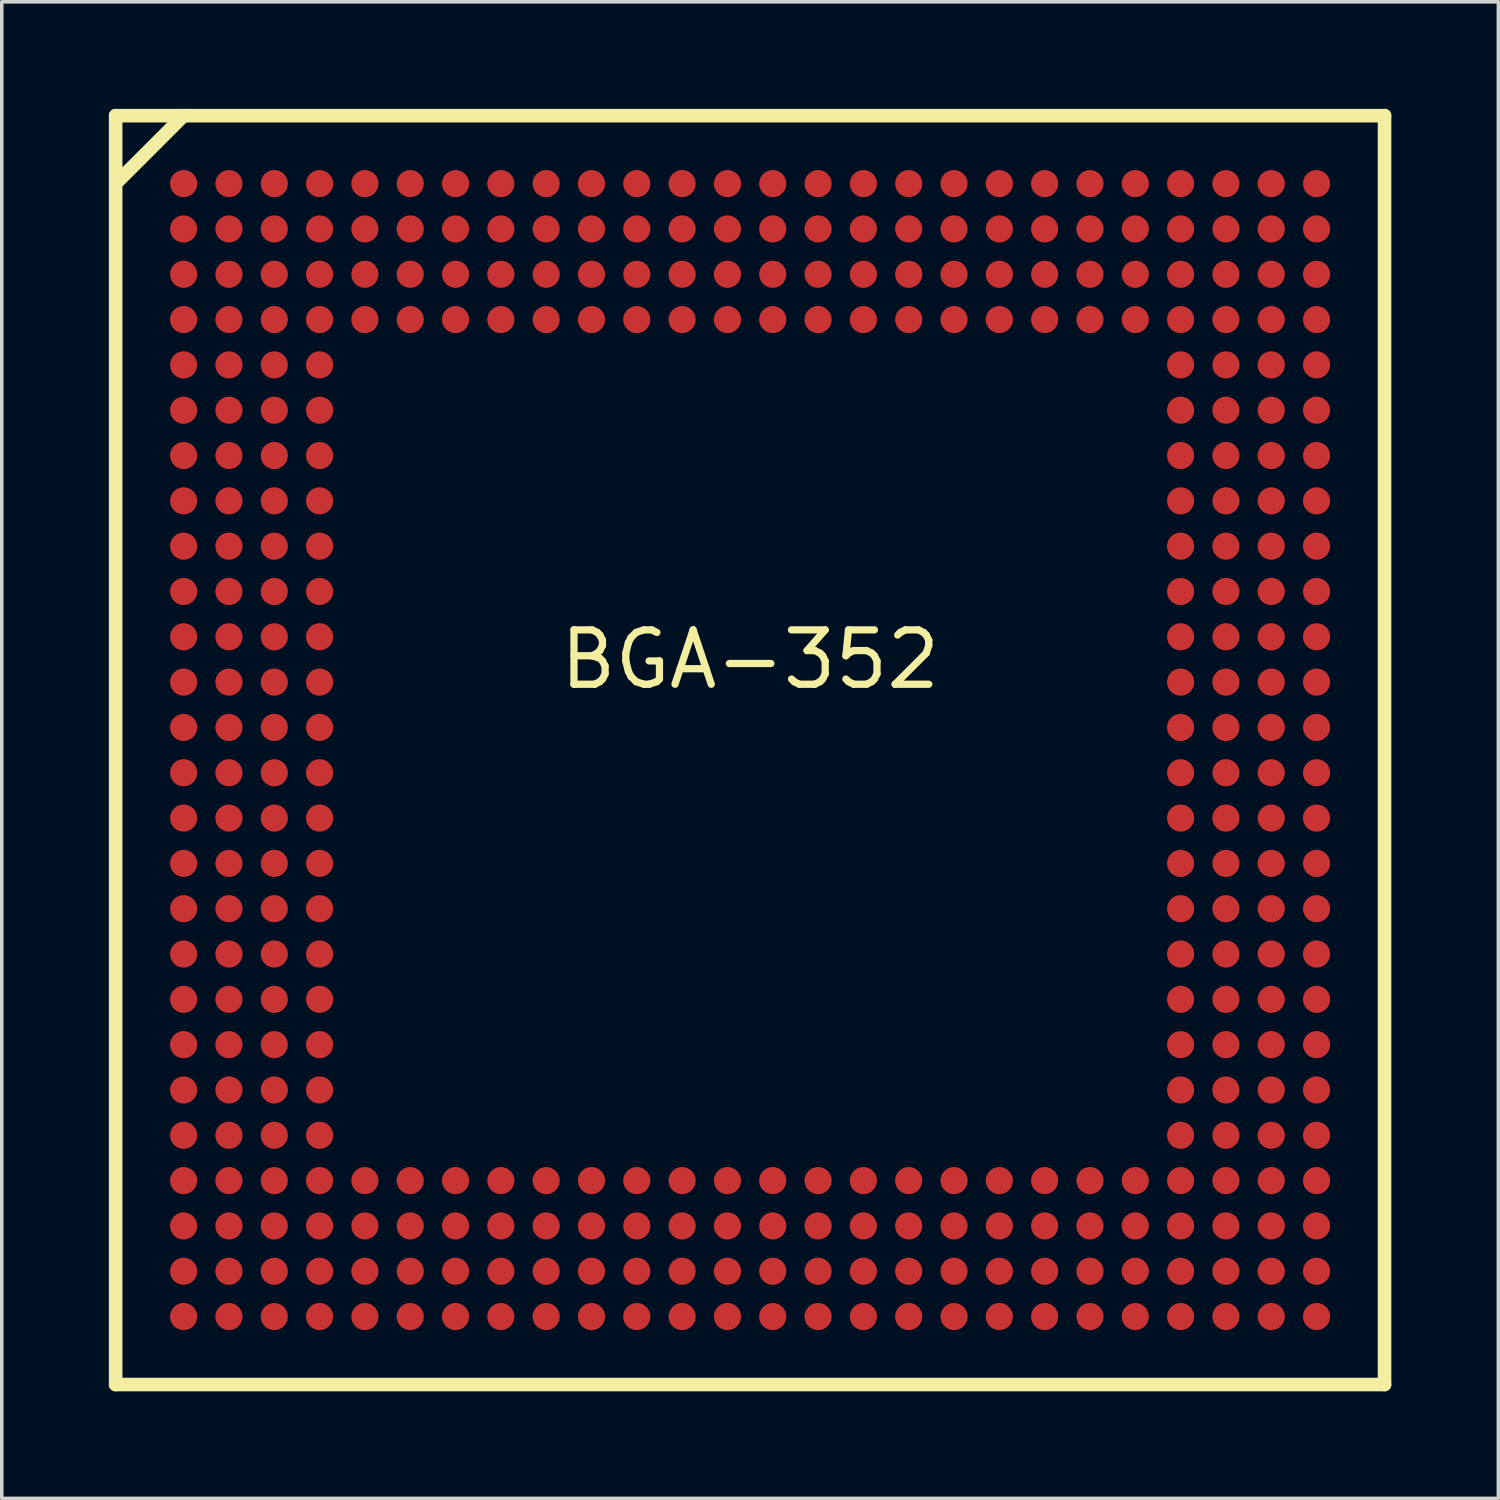
<source format=kicad_pcb>
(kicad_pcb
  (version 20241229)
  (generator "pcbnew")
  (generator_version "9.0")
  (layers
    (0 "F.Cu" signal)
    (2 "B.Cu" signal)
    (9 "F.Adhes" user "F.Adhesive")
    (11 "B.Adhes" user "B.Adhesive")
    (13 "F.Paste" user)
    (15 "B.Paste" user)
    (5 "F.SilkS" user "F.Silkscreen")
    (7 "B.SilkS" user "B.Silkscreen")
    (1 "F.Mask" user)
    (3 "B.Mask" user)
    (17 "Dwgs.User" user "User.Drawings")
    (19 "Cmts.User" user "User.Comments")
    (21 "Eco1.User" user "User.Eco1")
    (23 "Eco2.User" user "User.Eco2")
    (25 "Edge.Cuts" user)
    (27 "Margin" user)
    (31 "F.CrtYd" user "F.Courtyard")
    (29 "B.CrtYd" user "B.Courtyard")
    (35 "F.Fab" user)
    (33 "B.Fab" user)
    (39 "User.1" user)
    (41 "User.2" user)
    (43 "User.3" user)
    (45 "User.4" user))
  (footprint "BGA-352"
    (layer "F.Cu")
    (at 17.971 17.971)
    (property "Reference" "BGA-352" (at 0 -2.54 0) (layer "F.SilkS") (effects (font (size 1.524 1.524) (thickness 0.203))))
    (attr smd)
    (fp_line (start -17.78 -17.78) (end 17.78 -17.78) (stroke (width 0.381) (type solid)) (layer "F.SilkS"))
    (fp_line (start -17.78 -15.875) (end -15.875 -17.78) (stroke (width 0.381) (type solid)) (layer "F.SilkS"))
    (fp_line (start -17.78 17.78) (end -17.78 -17.78) (stroke (width 0.381) (type solid)) (layer "F.SilkS"))
    (fp_line (start 17.78 -17.78) (end 17.78 17.78) (stroke (width 0.381) (type solid)) (layer "F.SilkS"))
    (fp_line (start 17.78 17.78) (end -17.78 17.78) (stroke (width 0.381) (type solid)) (layer "F.SilkS"))
    (pad "A1" smd circle (at -15.875 -15.875) (size 0.762 0.762) (layers "F.Cu" "F.Mask" "F.Paste"))
    (pad "A2" smd circle (at -14.605 -15.875) (size 0.762 0.762) (layers "F.Cu" "F.Mask" "F.Paste"))
    (pad "A3" smd circle (at -13.335 -15.875) (size 0.762 0.762) (layers "F.Cu" "F.Mask" "F.Paste"))
    (pad "A4" smd circle (at -12.065 -15.875) (size 0.762 0.762) (layers "F.Cu" "F.Mask" "F.Paste"))
    (pad "A5" smd circle (at -10.795 -15.875) (size 0.762 0.762) (layers "F.Cu" "F.Mask" "F.Paste"))
    (pad "A6" smd circle (at -9.525 -15.875) (size 0.762 0.762) (layers "F.Cu" "F.Mask" "F.Paste"))
    (pad "A7" smd circle (at -8.255 -15.875) (size 0.762 0.762) (layers "F.Cu" "F.Mask" "F.Paste"))
    (pad "A8" smd circle (at -6.985 -15.875) (size 0.762 0.762) (layers "F.Cu" "F.Mask" "F.Paste"))
    (pad "A9" smd circle (at -5.715 -15.875) (size 0.762 0.762) (layers "F.Cu" "F.Mask" "F.Paste"))
    (pad "A10" smd circle (at -4.445 -15.875) (size 0.762 0.762) (layers "F.Cu" "F.Mask" "F.Paste"))
    (pad "A11" smd circle (at -3.175 -15.875) (size 0.762 0.762) (layers "F.Cu" "F.Mask" "F.Paste"))
    (pad "A12" smd circle (at -1.905 -15.875) (size 0.762 0.762) (layers "F.Cu" "F.Mask" "F.Paste"))
    (pad "A13" smd circle (at -0.635 -15.875) (size 0.762 0.762) (layers "F.Cu" "F.Mask" "F.Paste"))
    (pad "A14" smd circle (at 0.635 -15.875) (size 0.762 0.762) (layers "F.Cu" "F.Mask" "F.Paste"))
    (pad "A15" smd circle (at 1.905 -15.875) (size 0.762 0.762) (layers "F.Cu" "F.Mask" "F.Paste"))
    (pad "A16" smd circle (at 3.175 -15.875) (size 0.762 0.762) (layers "F.Cu" "F.Mask" "F.Paste"))
    (pad "A17" smd circle (at 4.445 -15.875) (size 0.762 0.762) (layers "F.Cu" "F.Mask" "F.Paste"))
    (pad "A18" smd circle (at 5.715 -15.875) (size 0.762 0.762) (layers "F.Cu" "F.Mask" "F.Paste"))
    (pad "A19" smd circle (at 6.985 -15.875) (size 0.762 0.762) (layers "F.Cu" "F.Mask" "F.Paste"))
    (pad "A20" smd circle (at 8.255 -15.875) (size 0.762 0.762) (layers "F.Cu" "F.Mask" "F.Paste"))
    (pad "A21" smd circle (at 9.525 -15.875) (size 0.762 0.762) (layers "F.Cu" "F.Mask" "F.Paste"))
    (pad "A22" smd circle (at 10.795 -15.875) (size 0.762 0.762) (layers "F.Cu" "F.Mask" "F.Paste"))
    (pad "A23" smd circle (at 12.065 -15.875) (size 0.762 0.762) (layers "F.Cu" "F.Mask" "F.Paste"))
    (pad "A24" smd circle (at 13.335 -15.875) (size 0.762 0.762) (layers "F.Cu" "F.Mask" "F.Paste"))
    (pad "A25" smd circle (at 14.605 -15.875) (size 0.762 0.762) (layers "F.Cu" "F.Mask" "F.Paste"))
    (pad "A26" smd circle (at 15.875 -15.875) (size 0.762 0.762) (layers "F.Cu" "F.Mask" "F.Paste"))
    (pad "AA1" smd circle (at -15.875 9.525) (size 0.762 0.762) (layers "F.Cu" "F.Mask" "F.Paste"))
    (pad "AA2" smd circle (at -14.605 9.525) (size 0.762 0.762) (layers "F.Cu" "F.Mask" "F.Paste"))
    (pad "AA3" smd circle (at -13.335 9.525) (size 0.762 0.762) (layers "F.Cu" "F.Mask" "F.Paste"))
    (pad "AA4" smd circle (at -12.065 9.525) (size 0.762 0.762) (layers "F.Cu" "F.Mask" "F.Paste"))
    (pad "AA23" smd circle (at 12.065 9.525) (size 0.762 0.762) (layers "F.Cu" "F.Mask" "F.Paste"))
    (pad "AA24" smd circle (at 13.335 9.525) (size 0.762 0.762) (layers "F.Cu" "F.Mask" "F.Paste"))
    (pad "AA25" smd circle (at 14.605 9.525) (size 0.762 0.762) (layers "F.Cu" "F.Mask" "F.Paste"))
    (pad "AA26" smd circle (at 15.875 9.525) (size 0.762 0.762) (layers "F.Cu" "F.Mask" "F.Paste"))
    (pad "AB1" smd circle (at -15.875 10.795) (size 0.762 0.762) (layers "F.Cu" "F.Mask" "F.Paste"))
    (pad "AB2" smd circle (at -14.605 10.795) (size 0.762 0.762) (layers "F.Cu" "F.Mask" "F.Paste"))
    (pad "AB3" smd circle (at -13.335 10.795) (size 0.762 0.762) (layers "F.Cu" "F.Mask" "F.Paste"))
    (pad "AB4" smd circle (at -12.065 10.795) (size 0.762 0.762) (layers "F.Cu" "F.Mask" "F.Paste"))
    (pad "AB23" smd circle (at 12.065 10.795) (size 0.762 0.762) (layers "F.Cu" "F.Mask" "F.Paste"))
    (pad "AB24" smd circle (at 13.335 10.795) (size 0.762 0.762) (layers "F.Cu" "F.Mask" "F.Paste"))
    (pad "AB25" smd circle (at 14.605 10.795) (size 0.762 0.762) (layers "F.Cu" "F.Mask" "F.Paste"))
    (pad "AB26" smd circle (at 15.875 10.795) (size 0.762 0.762) (layers "F.Cu" "F.Mask" "F.Paste"))
    (pad "AC1" smd circle (at -15.875 12.065) (size 0.762 0.762) (layers "F.Cu" "F.Mask" "F.Paste"))
    (pad "AC2" smd circle (at -14.605 12.065) (size 0.762 0.762) (layers "F.Cu" "F.Mask" "F.Paste"))
    (pad "AC3" smd circle (at -13.335 12.065) (size 0.762 0.762) (layers "F.Cu" "F.Mask" "F.Paste"))
    (pad "AC4" smd circle (at -12.065 12.065) (size 0.762 0.762) (layers "F.Cu" "F.Mask" "F.Paste"))
    (pad "AC5" smd circle (at -10.795 12.065) (size 0.762 0.762) (layers "F.Cu" "F.Mask" "F.Paste"))
    (pad "AC6" smd circle (at -9.525 12.065) (size 0.762 0.762) (layers "F.Cu" "F.Mask" "F.Paste"))
    (pad "AC7" smd circle (at -8.255 12.065) (size 0.762 0.762) (layers "F.Cu" "F.Mask" "F.Paste"))
    (pad "AC8" smd circle (at -6.985 12.065) (size 0.762 0.762) (layers "F.Cu" "F.Mask" "F.Paste"))
    (pad "AC9" smd circle (at -5.715 12.065) (size 0.762 0.762) (layers "F.Cu" "F.Mask" "F.Paste"))
    (pad "AC10" smd circle (at -4.445 12.065) (size 0.762 0.762) (layers "F.Cu" "F.Mask" "F.Paste"))
    (pad "AC11" smd circle (at -3.175 12.065) (size 0.762 0.762) (layers "F.Cu" "F.Mask" "F.Paste"))
    (pad "AC12" smd circle (at -1.905 12.065) (size 0.762 0.762) (layers "F.Cu" "F.Mask" "F.Paste"))
    (pad "AC13" smd circle (at -0.635 12.065) (size 0.762 0.762) (layers "F.Cu" "F.Mask" "F.Paste"))
    (pad "AC14" smd circle (at 0.635 12.065) (size 0.762 0.762) (layers "F.Cu" "F.Mask" "F.Paste"))
    (pad "AC15" smd circle (at 1.905 12.065) (size 0.762 0.762) (layers "F.Cu" "F.Mask" "F.Paste"))
    (pad "AC16" smd circle (at 3.175 12.065) (size 0.762 0.762) (layers "F.Cu" "F.Mask" "F.Paste"))
    (pad "AC17" smd circle (at 4.445 12.065) (size 0.762 0.762) (layers "F.Cu" "F.Mask" "F.Paste"))
    (pad "AC18" smd circle (at 5.715 12.065) (size 0.762 0.762) (layers "F.Cu" "F.Mask" "F.Paste"))
    (pad "AC19" smd circle (at 6.985 12.065) (size 0.762 0.762) (layers "F.Cu" "F.Mask" "F.Paste"))
    (pad "AC20" smd circle (at 8.255 12.065) (size 0.762 0.762) (layers "F.Cu" "F.Mask" "F.Paste"))
    (pad "AC21" smd circle (at 9.525 12.065) (size 0.762 0.762) (layers "F.Cu" "F.Mask" "F.Paste"))
    (pad "AC22" smd circle (at 10.795 12.065) (size 0.762 0.762) (layers "F.Cu" "F.Mask" "F.Paste"))
    (pad "AC23" smd circle (at 12.065 12.065) (size 0.762 0.762) (layers "F.Cu" "F.Mask" "F.Paste"))
    (pad "AC24" smd circle (at 13.335 12.065) (size 0.762 0.762) (layers "F.Cu" "F.Mask" "F.Paste"))
    (pad "AC25" smd circle (at 14.605 12.065) (size 0.762 0.762) (layers "F.Cu" "F.Mask" "F.Paste"))
    (pad "AC26" smd circle (at 15.875 12.065) (size 0.762 0.762) (layers "F.Cu" "F.Mask" "F.Paste"))
    (pad "AD1" smd circle (at -15.875 13.335) (size 0.762 0.762) (layers "F.Cu" "F.Mask" "F.Paste"))
    (pad "AD2" smd circle (at -14.605 13.335) (size 0.762 0.762) (layers "F.Cu" "F.Mask" "F.Paste"))
    (pad "AD3" smd circle (at -13.335 13.335) (size 0.762 0.762) (layers "F.Cu" "F.Mask" "F.Paste"))
    (pad "AD4" smd circle (at -12.065 13.335) (size 0.762 0.762) (layers "F.Cu" "F.Mask" "F.Paste"))
    (pad "AD5" smd circle (at -10.795 13.335) (size 0.762 0.762) (layers "F.Cu" "F.Mask" "F.Paste"))
    (pad "AD6" smd circle (at -9.525 13.335) (size 0.762 0.762) (layers "F.Cu" "F.Mask" "F.Paste"))
    (pad "AD7" smd circle (at -8.255 13.335) (size 0.762 0.762) (layers "F.Cu" "F.Mask" "F.Paste"))
    (pad "AD8" smd circle (at -6.985 13.335) (size 0.762 0.762) (layers "F.Cu" "F.Mask" "F.Paste"))
    (pad "AD9" smd circle (at -5.715 13.335) (size 0.762 0.762) (layers "F.Cu" "F.Mask" "F.Paste"))
    (pad "AD10" smd circle (at -4.445 13.335) (size 0.762 0.762) (layers "F.Cu" "F.Mask" "F.Paste"))
    (pad "AD11" smd circle (at -3.175 13.335) (size 0.762 0.762) (layers "F.Cu" "F.Mask" "F.Paste"))
    (pad "AD12" smd circle (at -1.905 13.335) (size 0.762 0.762) (layers "F.Cu" "F.Mask" "F.Paste"))
    (pad "AD13" smd circle (at -0.635 13.335) (size 0.762 0.762) (layers "F.Cu" "F.Mask" "F.Paste"))
    (pad "AD14" smd circle (at 0.635 13.335) (size 0.762 0.762) (layers "F.Cu" "F.Mask" "F.Paste"))
    (pad "AD15" smd circle (at 1.905 13.335) (size 0.762 0.762) (layers "F.Cu" "F.Mask" "F.Paste"))
    (pad "AD16" smd circle (at 3.175 13.335) (size 0.762 0.762) (layers "F.Cu" "F.Mask" "F.Paste"))
    (pad "AD17" smd circle (at 4.445 13.335) (size 0.762 0.762) (layers "F.Cu" "F.Mask" "F.Paste"))
    (pad "AD18" smd circle (at 5.715 13.335) (size 0.762 0.762) (layers "F.Cu" "F.Mask" "F.Paste"))
    (pad "AD19" smd circle (at 6.985 13.335) (size 0.762 0.762) (layers "F.Cu" "F.Mask" "F.Paste"))
    (pad "AD20" smd circle (at 8.255 13.335) (size 0.762 0.762) (layers "F.Cu" "F.Mask" "F.Paste"))
    (pad "AD21" smd circle (at 9.525 13.335) (size 0.762 0.762) (layers "F.Cu" "F.Mask" "F.Paste"))
    (pad "AD22" smd circle (at 10.795 13.335) (size 0.762 0.762) (layers "F.Cu" "F.Mask" "F.Paste"))
    (pad "AD23" smd circle (at 12.065 13.335) (size 0.762 0.762) (layers "F.Cu" "F.Mask" "F.Paste"))
    (pad "AD24" smd circle (at 13.335 13.335) (size 0.762 0.762) (layers "F.Cu" "F.Mask" "F.Paste"))
    (pad "AD25" smd circle (at 14.605 13.335) (size 0.762 0.762) (layers "F.Cu" "F.Mask" "F.Paste"))
    (pad "AD26" smd circle (at 15.875 13.335) (size 0.762 0.762) (layers "F.Cu" "F.Mask" "F.Paste"))
    (pad "AE1" smd circle (at -15.875 14.605) (size 0.762 0.762) (layers "F.Cu" "F.Mask" "F.Paste"))
    (pad "AE2" smd circle (at -14.605 14.605) (size 0.762 0.762) (layers "F.Cu" "F.Mask" "F.Paste"))
    (pad "AE3" smd circle (at -13.335 14.605) (size 0.762 0.762) (layers "F.Cu" "F.Mask" "F.Paste"))
    (pad "AE4" smd circle (at -12.065 14.605) (size 0.762 0.762) (layers "F.Cu" "F.Mask" "F.Paste"))
    (pad "AE5" smd circle (at -10.795 14.605) (size 0.762 0.762) (layers "F.Cu" "F.Mask" "F.Paste"))
    (pad "AE6" smd circle (at -9.525 14.605) (size 0.762 0.762) (layers "F.Cu" "F.Mask" "F.Paste"))
    (pad "AE7" smd circle (at -8.255 14.605) (size 0.762 0.762) (layers "F.Cu" "F.Mask" "F.Paste"))
    (pad "AE8" smd circle (at -6.985 14.605) (size 0.762 0.762) (layers "F.Cu" "F.Mask" "F.Paste"))
    (pad "AE9" smd circle (at -5.715 14.605) (size 0.762 0.762) (layers "F.Cu" "F.Mask" "F.Paste"))
    (pad "AE10" smd circle (at -4.445 14.605) (size 0.762 0.762) (layers "F.Cu" "F.Mask" "F.Paste"))
    (pad "AE11" smd circle (at -3.175 14.605) (size 0.762 0.762) (layers "F.Cu" "F.Mask" "F.Paste"))
    (pad "AE12" smd circle (at -1.905 14.605) (size 0.762 0.762) (layers "F.Cu" "F.Mask" "F.Paste"))
    (pad "AE13" smd circle (at -0.635 14.605) (size 0.762 0.762) (layers "F.Cu" "F.Mask" "F.Paste"))
    (pad "AE14" smd circle (at 0.635 14.605) (size 0.762 0.762) (layers "F.Cu" "F.Mask" "F.Paste"))
    (pad "AE15" smd circle (at 1.905 14.605) (size 0.762 0.762) (layers "F.Cu" "F.Mask" "F.Paste"))
    (pad "AE16" smd circle (at 3.175 14.605) (size 0.762 0.762) (layers "F.Cu" "F.Mask" "F.Paste"))
    (pad "AE17" smd circle (at 4.445 14.605) (size 0.762 0.762) (layers "F.Cu" "F.Mask" "F.Paste"))
    (pad "AE18" smd circle (at 5.715 14.605) (size 0.762 0.762) (layers "F.Cu" "F.Mask" "F.Paste"))
    (pad "AE19" smd circle (at 6.985 14.605) (size 0.762 0.762) (layers "F.Cu" "F.Mask" "F.Paste"))
    (pad "AE20" smd circle (at 8.255 14.605) (size 0.762 0.762) (layers "F.Cu" "F.Mask" "F.Paste"))
    (pad "AE21" smd circle (at 9.525 14.605) (size 0.762 0.762) (layers "F.Cu" "F.Mask" "F.Paste"))
    (pad "AE22" smd circle (at 10.795 14.605) (size 0.762 0.762) (layers "F.Cu" "F.Mask" "F.Paste"))
    (pad "AE23" smd circle (at 12.065 14.605) (size 0.762 0.762) (layers "F.Cu" "F.Mask" "F.Paste"))
    (pad "AE24" smd circle (at 13.335 14.605) (size 0.762 0.762) (layers "F.Cu" "F.Mask" "F.Paste"))
    (pad "AE25" smd circle (at 14.605 14.605) (size 0.762 0.762) (layers "F.Cu" "F.Mask" "F.Paste"))
    (pad "AE26" smd circle (at 15.875 14.605) (size 0.762 0.762) (layers "F.Cu" "F.Mask" "F.Paste"))
    (pad "AF1" smd circle (at -15.875 15.875) (size 0.762 0.762) (layers "F.Cu" "F.Mask" "F.Paste"))
    (pad "AF2" smd circle (at -14.605 15.875) (size 0.762 0.762) (layers "F.Cu" "F.Mask" "F.Paste"))
    (pad "AF3" smd circle (at -13.335 15.875) (size 0.762 0.762) (layers "F.Cu" "F.Mask" "F.Paste"))
    (pad "AF4" smd circle (at -12.065 15.875) (size 0.762 0.762) (layers "F.Cu" "F.Mask" "F.Paste"))
    (pad "AF5" smd circle (at -10.795 15.875) (size 0.762 0.762) (layers "F.Cu" "F.Mask" "F.Paste"))
    (pad "AF6" smd circle (at -9.525 15.875) (size 0.762 0.762) (layers "F.Cu" "F.Mask" "F.Paste"))
    (pad "AF7" smd circle (at -8.255 15.875) (size 0.762 0.762) (layers "F.Cu" "F.Mask" "F.Paste"))
    (pad "AF8" smd circle (at -6.985 15.875) (size 0.762 0.762) (layers "F.Cu" "F.Mask" "F.Paste"))
    (pad "AF9" smd circle (at -5.715 15.875) (size 0.762 0.762) (layers "F.Cu" "F.Mask" "F.Paste"))
    (pad "AF10" smd circle (at -4.445 15.875) (size 0.762 0.762) (layers "F.Cu" "F.Mask" "F.Paste"))
    (pad "AF11" smd circle (at -3.175 15.875) (size 0.762 0.762) (layers "F.Cu" "F.Mask" "F.Paste"))
    (pad "AF12" smd circle (at -1.905 15.875) (size 0.762 0.762) (layers "F.Cu" "F.Mask" "F.Paste"))
    (pad "AF13" smd circle (at -0.635 15.875) (size 0.762 0.762) (layers "F.Cu" "F.Mask" "F.Paste"))
    (pad "AF14" smd circle (at 0.635 15.875) (size 0.762 0.762) (layers "F.Cu" "F.Mask" "F.Paste"))
    (pad "AF15" smd circle (at 1.905 15.875) (size 0.762 0.762) (layers "F.Cu" "F.Mask" "F.Paste"))
    (pad "AF16" smd circle (at 3.175 15.875) (size 0.762 0.762) (layers "F.Cu" "F.Mask" "F.Paste"))
    (pad "AF17" smd circle (at 4.445 15.875) (size 0.762 0.762) (layers "F.Cu" "F.Mask" "F.Paste"))
    (pad "AF18" smd circle (at 5.715 15.875) (size 0.762 0.762) (layers "F.Cu" "F.Mask" "F.Paste"))
    (pad "AF19" smd circle (at 6.985 15.875) (size 0.762 0.762) (layers "F.Cu" "F.Mask" "F.Paste"))
    (pad "AF20" smd circle (at 8.255 15.875) (size 0.762 0.762) (layers "F.Cu" "F.Mask" "F.Paste"))
    (pad "AF21" smd circle (at 9.525 15.875) (size 0.762 0.762) (layers "F.Cu" "F.Mask" "F.Paste"))
    (pad "AF22" smd circle (at 10.795 15.875) (size 0.762 0.762) (layers "F.Cu" "F.Mask" "F.Paste"))
    (pad "AF23" smd circle (at 12.065 15.875) (size 0.762 0.762) (layers "F.Cu" "F.Mask" "F.Paste"))
    (pad "AF24" smd circle (at 13.335 15.875) (size 0.762 0.762) (layers "F.Cu" "F.Mask" "F.Paste"))
    (pad "AF25" smd circle (at 14.605 15.875) (size 0.762 0.762) (layers "F.Cu" "F.Mask" "F.Paste"))
    (pad "AF26" smd circle (at 15.875 15.875) (size 0.762 0.762) (layers "F.Cu" "F.Mask" "F.Paste"))
    (pad "B1" smd circle (at -15.875 -14.605) (size 0.762 0.762) (layers "F.Cu" "F.Mask" "F.Paste"))
    (pad "B2" smd circle (at -14.605 -14.605) (size 0.762 0.762) (layers "F.Cu" "F.Mask" "F.Paste"))
    (pad "B3" smd circle (at -13.335 -14.605) (size 0.762 0.762) (layers "F.Cu" "F.Mask" "F.Paste"))
    (pad "B4" smd circle (at -12.065 -14.605) (size 0.762 0.762) (layers "F.Cu" "F.Mask" "F.Paste"))
    (pad "B5" smd circle (at -10.795 -14.605) (size 0.762 0.762) (layers "F.Cu" "F.Mask" "F.Paste"))
    (pad "B6" smd circle (at -9.525 -14.605) (size 0.762 0.762) (layers "F.Cu" "F.Mask" "F.Paste"))
    (pad "B7" smd circle (at -8.255 -14.605) (size 0.762 0.762) (layers "F.Cu" "F.Mask" "F.Paste"))
    (pad "B8" smd circle (at -6.985 -14.605) (size 0.762 0.762) (layers "F.Cu" "F.Mask" "F.Paste"))
    (pad "B9" smd circle (at -5.715 -14.605) (size 0.762 0.762) (layers "F.Cu" "F.Mask" "F.Paste"))
    (pad "B10" smd circle (at -4.445 -14.605) (size 0.762 0.762) (layers "F.Cu" "F.Mask" "F.Paste"))
    (pad "B11" smd circle (at -3.175 -14.605) (size 0.762 0.762) (layers "F.Cu" "F.Mask" "F.Paste"))
    (pad "B12" smd circle (at -1.905 -14.605) (size 0.762 0.762) (layers "F.Cu" "F.Mask" "F.Paste"))
    (pad "B13" smd circle (at -0.635 -14.605) (size 0.762 0.762) (layers "F.Cu" "F.Mask" "F.Paste"))
    (pad "B14" smd circle (at 0.635 -14.605) (size 0.762 0.762) (layers "F.Cu" "F.Mask" "F.Paste"))
    (pad "B15" smd circle (at 1.905 -14.605) (size 0.762 0.762) (layers "F.Cu" "F.Mask" "F.Paste"))
    (pad "B16" smd circle (at 3.175 -14.605) (size 0.762 0.762) (layers "F.Cu" "F.Mask" "F.Paste"))
    (pad "B17" smd circle (at 4.445 -14.605) (size 0.762 0.762) (layers "F.Cu" "F.Mask" "F.Paste"))
    (pad "B18" smd circle (at 5.715 -14.605) (size 0.762 0.762) (layers "F.Cu" "F.Mask" "F.Paste"))
    (pad "B19" smd circle (at 6.985 -14.605) (size 0.762 0.762) (layers "F.Cu" "F.Mask" "F.Paste"))
    (pad "B20" smd circle (at 8.255 -14.605) (size 0.762 0.762) (layers "F.Cu" "F.Mask" "F.Paste"))
    (pad "B21" smd circle (at 9.525 -14.605) (size 0.762 0.762) (layers "F.Cu" "F.Mask" "F.Paste"))
    (pad "B22" smd circle (at 10.795 -14.605) (size 0.762 0.762) (layers "F.Cu" "F.Mask" "F.Paste"))
    (pad "B23" smd circle (at 12.065 -14.605) (size 0.762 0.762) (layers "F.Cu" "F.Mask" "F.Paste"))
    (pad "B24" smd circle (at 13.335 -14.605) (size 0.762 0.762) (layers "F.Cu" "F.Mask" "F.Paste"))
    (pad "B25" smd circle (at 14.605 -14.605) (size 0.762 0.762) (layers "F.Cu" "F.Mask" "F.Paste"))
    (pad "B26" smd circle (at 15.875 -14.605) (size 0.762 0.762) (layers "F.Cu" "F.Mask" "F.Paste"))
    (pad "C1" smd circle (at -15.875 -13.335) (size 0.762 0.762) (layers "F.Cu" "F.Mask" "F.Paste"))
    (pad "C2" smd circle (at -14.605 -13.335) (size 0.762 0.762) (layers "F.Cu" "F.Mask" "F.Paste"))
    (pad "C3" smd circle (at -13.335 -13.335) (size 0.762 0.762) (layers "F.Cu" "F.Mask" "F.Paste"))
    (pad "C4" smd circle (at -12.065 -13.335) (size 0.762 0.762) (layers "F.Cu" "F.Mask" "F.Paste"))
    (pad "C5" smd circle (at -10.795 -13.335) (size 0.762 0.762) (layers "F.Cu" "F.Mask" "F.Paste"))
    (pad "C6" smd circle (at -9.525 -13.335) (size 0.762 0.762) (layers "F.Cu" "F.Mask" "F.Paste"))
    (pad "C7" smd circle (at -8.255 -13.335) (size 0.762 0.762) (layers "F.Cu" "F.Mask" "F.Paste"))
    (pad "C8" smd circle (at -6.985 -13.335) (size 0.762 0.762) (layers "F.Cu" "F.Mask" "F.Paste"))
    (pad "C9" smd circle (at -5.715 -13.335) (size 0.762 0.762) (layers "F.Cu" "F.Mask" "F.Paste"))
    (pad "C10" smd circle (at -4.445 -13.335) (size 0.762 0.762) (layers "F.Cu" "F.Mask" "F.Paste"))
    (pad "C11" smd circle (at -3.175 -13.335) (size 0.762 0.762) (layers "F.Cu" "F.Mask" "F.Paste"))
    (pad "C12" smd circle (at -1.905 -13.335) (size 0.762 0.762) (layers "F.Cu" "F.Mask" "F.Paste"))
    (pad "C13" smd circle (at -0.635 -13.335) (size 0.762 0.762) (layers "F.Cu" "F.Mask" "F.Paste"))
    (pad "C14" smd circle (at 0.635 -13.335) (size 0.762 0.762) (layers "F.Cu" "F.Mask" "F.Paste"))
    (pad "C15" smd circle (at 1.905 -13.335) (size 0.762 0.762) (layers "F.Cu" "F.Mask" "F.Paste"))
    (pad "C16" smd circle (at 3.175 -13.335) (size 0.762 0.762) (layers "F.Cu" "F.Mask" "F.Paste"))
    (pad "C17" smd circle (at 4.445 -13.335) (size 0.762 0.762) (layers "F.Cu" "F.Mask" "F.Paste"))
    (pad "C18" smd circle (at 5.715 -13.335) (size 0.762 0.762) (layers "F.Cu" "F.Mask" "F.Paste"))
    (pad "C19" smd circle (at 6.985 -13.335) (size 0.762 0.762) (layers "F.Cu" "F.Mask" "F.Paste"))
    (pad "C20" smd circle (at 8.255 -13.335) (size 0.762 0.762) (layers "F.Cu" "F.Mask" "F.Paste"))
    (pad "C21" smd circle (at 9.525 -13.335) (size 0.762 0.762) (layers "F.Cu" "F.Mask" "F.Paste"))
    (pad "C22" smd circle (at 10.795 -13.335) (size 0.762 0.762) (layers "F.Cu" "F.Mask" "F.Paste"))
    (pad "C23" smd circle (at 12.065 -13.335) (size 0.762 0.762) (layers "F.Cu" "F.Mask" "F.Paste"))
    (pad "C24" smd circle (at 13.335 -13.335) (size 0.762 0.762) (layers "F.Cu" "F.Mask" "F.Paste"))
    (pad "C25" smd circle (at 14.605 -13.335) (size 0.762 0.762) (layers "F.Cu" "F.Mask" "F.Paste"))
    (pad "C26" smd circle (at 15.875 -13.335) (size 0.762 0.762) (layers "F.Cu" "F.Mask" "F.Paste"))
    (pad "D1" smd circle (at -15.875 -12.065) (size 0.762 0.762) (layers "F.Cu" "F.Mask" "F.Paste"))
    (pad "D2" smd circle (at -14.605 -12.065) (size 0.762 0.762) (layers "F.Cu" "F.Mask" "F.Paste"))
    (pad "D3" smd circle (at -13.335 -12.065) (size 0.762 0.762) (layers "F.Cu" "F.Mask" "F.Paste"))
    (pad "D4" smd circle (at -12.065 -12.065) (size 0.762 0.762) (layers "F.Cu" "F.Mask" "F.Paste"))
    (pad "D5" smd circle (at -10.795 -12.065) (size 0.762 0.762) (layers "F.Cu" "F.Mask" "F.Paste"))
    (pad "D6" smd circle (at -9.525 -12.065) (size 0.762 0.762) (layers "F.Cu" "F.Mask" "F.Paste"))
    (pad "D7" smd circle (at -8.255 -12.065) (size 0.762 0.762) (layers "F.Cu" "F.Mask" "F.Paste"))
    (pad "D8" smd circle (at -6.985 -12.065) (size 0.762 0.762) (layers "F.Cu" "F.Mask" "F.Paste"))
    (pad "D9" smd circle (at -5.715 -12.065) (size 0.762 0.762) (layers "F.Cu" "F.Mask" "F.Paste"))
    (pad "D10" smd circle (at -4.445 -12.065) (size 0.762 0.762) (layers "F.Cu" "F.Mask" "F.Paste"))
    (pad "D11" smd circle (at -3.175 -12.065) (size 0.762 0.762) (layers "F.Cu" "F.Mask" "F.Paste"))
    (pad "D12" smd circle (at -1.905 -12.065) (size 0.762 0.762) (layers "F.Cu" "F.Mask" "F.Paste"))
    (pad "D13" smd circle (at -0.635 -12.065) (size 0.762 0.762) (layers "F.Cu" "F.Mask" "F.Paste"))
    (pad "D14" smd circle (at 0.635 -12.065) (size 0.762 0.762) (layers "F.Cu" "F.Mask" "F.Paste"))
    (pad "D15" smd circle (at 1.905 -12.065) (size 0.762 0.762) (layers "F.Cu" "F.Mask" "F.Paste"))
    (pad "D16" smd circle (at 3.175 -12.065) (size 0.762 0.762) (layers "F.Cu" "F.Mask" "F.Paste"))
    (pad "D17" smd circle (at 4.445 -12.065) (size 0.762 0.762) (layers "F.Cu" "F.Mask" "F.Paste"))
    (pad "D18" smd circle (at 5.715 -12.065) (size 0.762 0.762) (layers "F.Cu" "F.Mask" "F.Paste"))
    (pad "D19" smd circle (at 6.985 -12.065) (size 0.762 0.762) (layers "F.Cu" "F.Mask" "F.Paste"))
    (pad "D20" smd circle (at 8.255 -12.065) (size 0.762 0.762) (layers "F.Cu" "F.Mask" "F.Paste"))
    (pad "D21" smd circle (at 9.525 -12.065) (size 0.762 0.762) (layers "F.Cu" "F.Mask" "F.Paste"))
    (pad "D22" smd circle (at 10.795 -12.065) (size 0.762 0.762) (layers "F.Cu" "F.Mask" "F.Paste"))
    (pad "D23" smd circle (at 12.065 -12.065) (size 0.762 0.762) (layers "F.Cu" "F.Mask" "F.Paste"))
    (pad "D24" smd circle (at 13.335 -12.065) (size 0.762 0.762) (layers "F.Cu" "F.Mask" "F.Paste"))
    (pad "D25" smd circle (at 14.605 -12.065) (size 0.762 0.762) (layers "F.Cu" "F.Mask" "F.Paste"))
    (pad "D26" smd circle (at 15.875 -12.065) (size 0.762 0.762) (layers "F.Cu" "F.Mask" "F.Paste"))
    (pad "E1" smd circle (at -15.875 -10.795) (size 0.762 0.762) (layers "F.Cu" "F.Mask" "F.Paste"))
    (pad "E2" smd circle (at -14.605 -10.795) (size 0.762 0.762) (layers "F.Cu" "F.Mask" "F.Paste"))
    (pad "E3" smd circle (at -13.335 -10.795) (size 0.762 0.762) (layers "F.Cu" "F.Mask" "F.Paste"))
    (pad "E4" smd circle (at -12.065 -10.795) (size 0.762 0.762) (layers "F.Cu" "F.Mask" "F.Paste"))
    (pad "E23" smd circle (at 12.065 -10.795) (size 0.762 0.762) (layers "F.Cu" "F.Mask" "F.Paste"))
    (pad "E24" smd circle (at 13.335 -10.795) (size 0.762 0.762) (layers "F.Cu" "F.Mask" "F.Paste"))
    (pad "E25" smd circle (at 14.605 -10.795) (size 0.762 0.762) (layers "F.Cu" "F.Mask" "F.Paste"))
    (pad "E26" smd circle (at 15.875 -10.795) (size 0.762 0.762) (layers "F.Cu" "F.Mask" "F.Paste"))
    (pad "F1" smd circle (at -15.875 -9.525) (size 0.762 0.762) (layers "F.Cu" "F.Mask" "F.Paste"))
    (pad "F2" smd circle (at -14.605 -9.525) (size 0.762 0.762) (layers "F.Cu" "F.Mask" "F.Paste"))
    (pad "F3" smd circle (at -13.335 -9.525) (size 0.762 0.762) (layers "F.Cu" "F.Mask" "F.Paste"))
    (pad "F4" smd circle (at -12.065 -9.525) (size 0.762 0.762) (layers "F.Cu" "F.Mask" "F.Paste"))
    (pad "F23" smd circle (at 12.065 -9.525) (size 0.762 0.762) (layers "F.Cu" "F.Mask" "F.Paste"))
    (pad "F24" smd circle (at 13.335 -9.525) (size 0.762 0.762) (layers "F.Cu" "F.Mask" "F.Paste"))
    (pad "F25" smd circle (at 14.605 -9.525) (size 0.762 0.762) (layers "F.Cu" "F.Mask" "F.Paste"))
    (pad "F26" smd circle (at 15.875 -9.525) (size 0.762 0.762) (layers "F.Cu" "F.Mask" "F.Paste"))
    (pad "G1" smd circle (at -15.875 -8.255) (size 0.762 0.762) (layers "F.Cu" "F.Mask" "F.Paste"))
    (pad "G2" smd circle (at -14.605 -8.255) (size 0.762 0.762) (layers "F.Cu" "F.Mask" "F.Paste"))
    (pad "G3" smd circle (at -13.335 -8.255) (size 0.762 0.762) (layers "F.Cu" "F.Mask" "F.Paste"))
    (pad "G4" smd circle (at -12.065 -8.255) (size 0.762 0.762) (layers "F.Cu" "F.Mask" "F.Paste"))
    (pad "G23" smd circle (at 12.065 -8.255) (size 0.762 0.762) (layers "F.Cu" "F.Mask" "F.Paste"))
    (pad "G24" smd circle (at 13.335 -8.255) (size 0.762 0.762) (layers "F.Cu" "F.Mask" "F.Paste"))
    (pad "G25" smd circle (at 14.605 -8.255) (size 0.762 0.762) (layers "F.Cu" "F.Mask" "F.Paste"))
    (pad "G26" smd circle (at 15.875 -8.255) (size 0.762 0.762) (layers "F.Cu" "F.Mask" "F.Paste"))
    (pad "H1" smd circle (at -15.875 -6.985) (size 0.762 0.762) (layers "F.Cu" "F.Mask" "F.Paste"))
    (pad "H2" smd circle (at -14.605 -6.985) (size 0.762 0.762) (layers "F.Cu" "F.Mask" "F.Paste"))
    (pad "H3" smd circle (at -13.335 -6.985) (size 0.762 0.762) (layers "F.Cu" "F.Mask" "F.Paste"))
    (pad "H4" smd circle (at -12.065 -6.985) (size 0.762 0.762) (layers "F.Cu" "F.Mask" "F.Paste"))
    (pad "H23" smd circle (at 12.065 -6.985) (size 0.762 0.762) (layers "F.Cu" "F.Mask" "F.Paste"))
    (pad "H24" smd circle (at 13.335 -6.985) (size 0.762 0.762) (layers "F.Cu" "F.Mask" "F.Paste"))
    (pad "H25" smd circle (at 14.605 -6.985) (size 0.762 0.762) (layers "F.Cu" "F.Mask" "F.Paste"))
    (pad "H26" smd circle (at 15.875 -6.985) (size 0.762 0.762) (layers "F.Cu" "F.Mask" "F.Paste"))
    (pad "J1" smd circle (at -15.875 -5.715) (size 0.762 0.762) (layers "F.Cu" "F.Mask" "F.Paste"))
    (pad "J2" smd circle (at -14.605 -5.715) (size 0.762 0.762) (layers "F.Cu" "F.Mask" "F.Paste"))
    (pad "J3" smd circle (at -13.335 -5.715) (size 0.762 0.762) (layers "F.Cu" "F.Mask" "F.Paste"))
    (pad "J4" smd circle (at -12.065 -5.715) (size 0.762 0.762) (layers "F.Cu" "F.Mask" "F.Paste"))
    (pad "J23" smd circle (at 12.065 -5.715) (size 0.762 0.762) (layers "F.Cu" "F.Mask" "F.Paste"))
    (pad "J24" smd circle (at 13.335 -5.715) (size 0.762 0.762) (layers "F.Cu" "F.Mask" "F.Paste"))
    (pad "J25" smd circle (at 14.605 -5.715) (size 0.762 0.762) (layers "F.Cu" "F.Mask" "F.Paste"))
    (pad "J26" smd circle (at 15.875 -5.715) (size 0.762 0.762) (layers "F.Cu" "F.Mask" "F.Paste"))
    (pad "K1" smd circle (at -15.875 -4.445) (size 0.762 0.762) (layers "F.Cu" "F.Mask" "F.Paste"))
    (pad "K2" smd circle (at -14.605 -4.445) (size 0.762 0.762) (layers "F.Cu" "F.Mask" "F.Paste"))
    (pad "K3" smd circle (at -13.335 -4.445) (size 0.762 0.762) (layers "F.Cu" "F.Mask" "F.Paste"))
    (pad "K4" smd circle (at -12.065 -4.445) (size 0.762 0.762) (layers "F.Cu" "F.Mask" "F.Paste"))
    (pad "K23" smd circle (at 12.065 -4.445) (size 0.762 0.762) (layers "F.Cu" "F.Mask" "F.Paste"))
    (pad "K24" smd circle (at 13.335 -4.445) (size 0.762 0.762) (layers "F.Cu" "F.Mask" "F.Paste"))
    (pad "K25" smd circle (at 14.605 -4.445) (size 0.762 0.762) (layers "F.Cu" "F.Mask" "F.Paste"))
    (pad "K26" smd circle (at 15.875 -4.445) (size 0.762 0.762) (layers "F.Cu" "F.Mask" "F.Paste"))
    (pad "L1" smd circle (at -15.875 -3.175) (size 0.762 0.762) (layers "F.Cu" "F.Mask" "F.Paste"))
    (pad "L2" smd circle (at -14.605 -3.175) (size 0.762 0.762) (layers "F.Cu" "F.Mask" "F.Paste"))
    (pad "L3" smd circle (at -13.335 -3.175) (size 0.762 0.762) (layers "F.Cu" "F.Mask" "F.Paste"))
    (pad "L4" smd circle (at -12.065 -3.175) (size 0.762 0.762) (layers "F.Cu" "F.Mask" "F.Paste"))
    (pad "L23" smd circle (at 12.065 -3.175) (size 0.762 0.762) (layers "F.Cu" "F.Mask" "F.Paste"))
    (pad "L24" smd circle (at 13.335 -3.175) (size 0.762 0.762) (layers "F.Cu" "F.Mask" "F.Paste"))
    (pad "L25" smd circle (at 14.605 -3.175) (size 0.762 0.762) (layers "F.Cu" "F.Mask" "F.Paste"))
    (pad "L26" smd circle (at 15.875 -3.175) (size 0.762 0.762) (layers "F.Cu" "F.Mask" "F.Paste"))
    (pad "M1" smd circle (at -15.875 -1.905) (size 0.762 0.762) (layers "F.Cu" "F.Mask" "F.Paste"))
    (pad "M2" smd circle (at -14.605 -1.905) (size 0.762 0.762) (layers "F.Cu" "F.Mask" "F.Paste"))
    (pad "M3" smd circle (at -13.335 -1.905) (size 0.762 0.762) (layers "F.Cu" "F.Mask" "F.Paste"))
    (pad "M4" smd circle (at -12.065 -1.905) (size 0.762 0.762) (layers "F.Cu" "F.Mask" "F.Paste"))
    (pad "M23" smd circle (at 12.065 -1.905) (size 0.762 0.762) (layers "F.Cu" "F.Mask" "F.Paste"))
    (pad "M24" smd circle (at 13.335 -1.905) (size 0.762 0.762) (layers "F.Cu" "F.Mask" "F.Paste"))
    (pad "M25" smd circle (at 14.605 -1.905) (size 0.762 0.762) (layers "F.Cu" "F.Mask" "F.Paste"))
    (pad "M26" smd circle (at 15.875 -1.905) (size 0.762 0.762) (layers "F.Cu" "F.Mask" "F.Paste"))
    (pad "N1" smd circle (at -15.875 -0.635) (size 0.762 0.762) (layers "F.Cu" "F.Mask" "F.Paste"))
    (pad "N2" smd circle (at -14.605 -0.635) (size 0.762 0.762) (layers "F.Cu" "F.Mask" "F.Paste"))
    (pad "N3" smd circle (at -13.335 -0.635) (size 0.762 0.762) (layers "F.Cu" "F.Mask" "F.Paste"))
    (pad "N4" smd circle (at -12.065 -0.635) (size 0.762 0.762) (layers "F.Cu" "F.Mask" "F.Paste"))
    (pad "N23" smd circle (at 12.065 -0.635) (size 0.762 0.762) (layers "F.Cu" "F.Mask" "F.Paste"))
    (pad "N24" smd circle (at 13.335 -0.635) (size 0.762 0.762) (layers "F.Cu" "F.Mask" "F.Paste"))
    (pad "N25" smd circle (at 14.605 -0.635) (size 0.762 0.762) (layers "F.Cu" "F.Mask" "F.Paste"))
    (pad "N26" smd circle (at 15.875 -0.635) (size 0.762 0.762) (layers "F.Cu" "F.Mask" "F.Paste"))
    (pad "P1" smd circle (at -15.875 0.635) (size 0.762 0.762) (layers "F.Cu" "F.Mask" "F.Paste"))
    (pad "P2" smd circle (at -14.605 0.635) (size 0.762 0.762) (layers "F.Cu" "F.Mask" "F.Paste"))
    (pad "P3" smd circle (at -13.335 0.635) (size 0.762 0.762) (layers "F.Cu" "F.Mask" "F.Paste"))
    (pad "P4" smd circle (at -12.065 0.635) (size 0.762 0.762) (layers "F.Cu" "F.Mask" "F.Paste"))
    (pad "P23" smd circle (at 12.065 0.635) (size 0.762 0.762) (layers "F.Cu" "F.Mask" "F.Paste"))
    (pad "P24" smd circle (at 13.335 0.635) (size 0.762 0.762) (layers "F.Cu" "F.Mask" "F.Paste"))
    (pad "P25" smd circle (at 14.605 0.635) (size 0.762 0.762) (layers "F.Cu" "F.Mask" "F.Paste"))
    (pad "P26" smd circle (at 15.875 0.635) (size 0.762 0.762) (layers "F.Cu" "F.Mask" "F.Paste"))
    (pad "R1" smd circle (at -15.875 1.905) (size 0.762 0.762) (layers "F.Cu" "F.Mask" "F.Paste"))
    (pad "R2" smd circle (at -14.605 1.905) (size 0.762 0.762) (layers "F.Cu" "F.Mask" "F.Paste"))
    (pad "R3" smd circle (at -13.335 1.905) (size 0.762 0.762) (layers "F.Cu" "F.Mask" "F.Paste"))
    (pad "R4" smd circle (at -12.065 1.905) (size 0.762 0.762) (layers "F.Cu" "F.Mask" "F.Paste"))
    (pad "R23" smd circle (at 12.065 1.905) (size 0.762 0.762) (layers "F.Cu" "F.Mask" "F.Paste"))
    (pad "R24" smd circle (at 13.335 1.905) (size 0.762 0.762) (layers "F.Cu" "F.Mask" "F.Paste"))
    (pad "R25" smd circle (at 14.605 1.905) (size 0.762 0.762) (layers "F.Cu" "F.Mask" "F.Paste"))
    (pad "R26" smd circle (at 15.875 1.905) (size 0.762 0.762) (layers "F.Cu" "F.Mask" "F.Paste"))
    (pad "T1" smd circle (at -15.875 3.175) (size 0.762 0.762) (layers "F.Cu" "F.Mask" "F.Paste"))
    (pad "T2" smd circle (at -14.605 3.175) (size 0.762 0.762) (layers "F.Cu" "F.Mask" "F.Paste"))
    (pad "T3" smd circle (at -13.335 3.175) (size 0.762 0.762) (layers "F.Cu" "F.Mask" "F.Paste"))
    (pad "T4" smd circle (at -12.065 3.175) (size 0.762 0.762) (layers "F.Cu" "F.Mask" "F.Paste"))
    (pad "T23" smd circle (at 12.065 3.175) (size 0.762 0.762) (layers "F.Cu" "F.Mask" "F.Paste"))
    (pad "T24" smd circle (at 13.335 3.175) (size 0.762 0.762) (layers "F.Cu" "F.Mask" "F.Paste"))
    (pad "T25" smd circle (at 14.605 3.175) (size 0.762 0.762) (layers "F.Cu" "F.Mask" "F.Paste"))
    (pad "T26" smd circle (at 15.875 3.175) (size 0.762 0.762) (layers "F.Cu" "F.Mask" "F.Paste"))
    (pad "U1" smd circle (at -15.875 4.445) (size 0.762 0.762) (layers "F.Cu" "F.Mask" "F.Paste"))
    (pad "U2" smd circle (at -14.605 4.445) (size 0.762 0.762) (layers "F.Cu" "F.Mask" "F.Paste"))
    (pad "U3" smd circle (at -13.335 4.445) (size 0.762 0.762) (layers "F.Cu" "F.Mask" "F.Paste"))
    (pad "U4" smd circle (at -12.065 4.445) (size 0.762 0.762) (layers "F.Cu" "F.Mask" "F.Paste"))
    (pad "U23" smd circle (at 12.065 4.445) (size 0.762 0.762) (layers "F.Cu" "F.Mask" "F.Paste"))
    (pad "U24" smd circle (at 13.335 4.445) (size 0.762 0.762) (layers "F.Cu" "F.Mask" "F.Paste"))
    (pad "U25" smd circle (at 14.605 4.445) (size 0.762 0.762) (layers "F.Cu" "F.Mask" "F.Paste"))
    (pad "U26" smd circle (at 15.875 4.445) (size 0.762 0.762) (layers "F.Cu" "F.Mask" "F.Paste"))
    (pad "V1" smd circle (at -15.875 5.715) (size 0.762 0.762) (layers "F.Cu" "F.Mask" "F.Paste"))
    (pad "V2" smd circle (at -14.605 5.715) (size 0.762 0.762) (layers "F.Cu" "F.Mask" "F.Paste"))
    (pad "V3" smd circle (at -13.335 5.715) (size 0.762 0.762) (layers "F.Cu" "F.Mask" "F.Paste"))
    (pad "V4" smd circle (at -12.065 5.715) (size 0.762 0.762) (layers "F.Cu" "F.Mask" "F.Paste"))
    (pad "V23" smd circle (at 12.065 5.715) (size 0.762 0.762) (layers "F.Cu" "F.Mask" "F.Paste"))
    (pad "V24" smd circle (at 13.335 5.715) (size 0.762 0.762) (layers "F.Cu" "F.Mask" "F.Paste"))
    (pad "V25" smd circle (at 14.605 5.715) (size 0.762 0.762) (layers "F.Cu" "F.Mask" "F.Paste"))
    (pad "V26" smd circle (at 15.875 5.715) (size 0.762 0.762) (layers "F.Cu" "F.Mask" "F.Paste"))
    (pad "W1" smd circle (at -15.875 6.985) (size 0.762 0.762) (layers "F.Cu" "F.Mask" "F.Paste"))
    (pad "W2" smd circle (at -14.605 6.985) (size 0.762 0.762) (layers "F.Cu" "F.Mask" "F.Paste"))
    (pad "W3" smd circle (at -13.335 6.985) (size 0.762 0.762) (layers "F.Cu" "F.Mask" "F.Paste"))
    (pad "W4" smd circle (at -12.065 6.985) (size 0.762 0.762) (layers "F.Cu" "F.Mask" "F.Paste"))
    (pad "W23" smd circle (at 12.065 6.985) (size 0.762 0.762) (layers "F.Cu" "F.Mask" "F.Paste"))
    (pad "W24" smd circle (at 13.335 6.985) (size 0.762 0.762) (layers "F.Cu" "F.Mask" "F.Paste"))
    (pad "W25" smd circle (at 14.605 6.985) (size 0.762 0.762) (layers "F.Cu" "F.Mask" "F.Paste"))
    (pad "W26" smd circle (at 15.875 6.985) (size 0.762 0.762) (layers "F.Cu" "F.Mask" "F.Paste"))
    (pad "Y1" smd circle (at -15.875 8.255) (size 0.762 0.762) (layers "F.Cu" "F.Mask" "F.Paste"))
    (pad "Y2" smd circle (at -14.605 8.255) (size 0.762 0.762) (layers "F.Cu" "F.Mask" "F.Paste"))
    (pad "Y3" smd circle (at -13.335 8.255) (size 0.762 0.762) (layers "F.Cu" "F.Mask" "F.Paste"))
    (pad "Y4" smd circle (at -12.065 8.255) (size 0.762 0.762) (layers "F.Cu" "F.Mask" "F.Paste"))
    (pad "Y23" smd circle (at 12.065 8.255) (size 0.762 0.762) (layers "F.Cu" "F.Mask" "F.Paste"))
    (pad "Y24" smd circle (at 13.335 8.255) (size 0.762 0.762) (layers "F.Cu" "F.Mask" "F.Paste"))
    (pad "Y25" smd circle (at 14.605 8.255) (size 0.762 0.762) (layers "F.Cu" "F.Mask" "F.Paste"))
    (pad "Y26" smd circle (at 15.875 8.255) (size 0.762 0.762) (layers "F.Cu" "F.Mask" "F.Paste")))
  (gr_rect
    (start -3 -3)
    (end 38.941 38.941)
    (stroke (width 0.1) (type default))
    (fill no)
    (layer "Edge.Cuts")))
</source>
